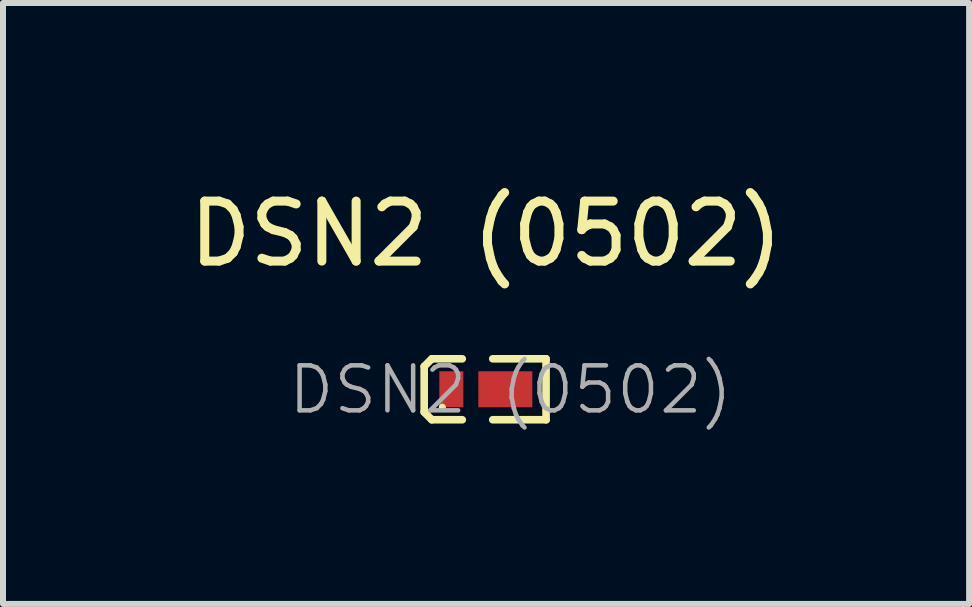
<source format=kicad_pcb>
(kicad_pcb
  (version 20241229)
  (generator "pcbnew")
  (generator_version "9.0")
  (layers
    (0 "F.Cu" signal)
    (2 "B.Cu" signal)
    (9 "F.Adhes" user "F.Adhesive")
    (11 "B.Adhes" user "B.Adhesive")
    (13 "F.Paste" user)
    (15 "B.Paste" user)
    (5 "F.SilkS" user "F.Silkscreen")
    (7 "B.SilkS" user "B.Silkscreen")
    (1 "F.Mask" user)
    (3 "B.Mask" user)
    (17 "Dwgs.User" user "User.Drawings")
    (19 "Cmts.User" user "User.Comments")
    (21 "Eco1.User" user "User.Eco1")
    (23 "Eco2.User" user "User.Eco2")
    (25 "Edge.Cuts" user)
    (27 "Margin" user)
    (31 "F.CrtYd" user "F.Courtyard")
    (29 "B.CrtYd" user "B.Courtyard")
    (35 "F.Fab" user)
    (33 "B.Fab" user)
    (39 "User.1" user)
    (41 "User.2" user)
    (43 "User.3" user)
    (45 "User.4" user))
  (footprint "DSN2 (0502)"
    (layer "F.Cu")
    (at 5.054 3.448)
    (property "Reference" "DSN2 (0502)" (at 0 -2.6 0) (layer "F.SilkS") (effects (font (size 1 1) (thickness 0.15))))
    (attr smd)
    (fp_line (start -1.032 -0.389) (end -0.905 -0.516) (stroke (width 0.127) (type solid)) (layer "F.SilkS"))
    (fp_line (start -1.032 0.373) (end -1.032 -0.389) (stroke (width 0.127) (type solid)) (layer "F.SilkS"))
    (fp_line (start -0.905 -0.516) (end -0.397 -0.516) (stroke (width 0.127) (type solid)) (layer "F.SilkS"))
    (fp_line (start -0.905 0.5) (end -1.032 0.373) (stroke (width 0.127) (type solid)) (layer "F.SilkS"))
    (fp_line (start -0.397 0.5) (end -0.905 0.5) (stroke (width 0.127) (type solid)) (layer "F.SilkS"))
    (fp_line (start 0.111 -0.516) (end 1 -0.516) (stroke (width 0.127) (type solid)) (layer "F.SilkS"))
    (fp_line (start 1 -0.516) (end 1 0.5) (stroke (width 0.127) (type solid)) (layer "F.SilkS"))
    (fp_line (start 1 0.5) (end 0.111 0.5) (stroke (width 0.127) (type solid)) (layer "F.SilkS"))
    (fp_circle (center -0.729 0.292) (end -0.699 0.292) (stroke (width 0.06) (type solid)) (fill no) (layer "F.SilkS"))
    (fp_text user "${REFERENCE}" (at 0.409 0 0) (layer "F.Fab") (effects (font (size 0.75 0.75) (thickness 0.075))))
    (pad "1" smd rect (at -0.579 -0.008) (size 0.4 0.6) (layers "F.Cu" "F.Mask" "F.Paste"))
    (pad "2" smd rect (at 0.321 -0.008) (size 0.9 0.6) (layers "F.Cu" "F.Mask" "F.Paste")))
  (gr_rect
    (start -3 -3)
    (end 13.107 7.019)
    (stroke (width 0.1) (type default))
    (fill no)
    (layer "Edge.Cuts")))
</source>
